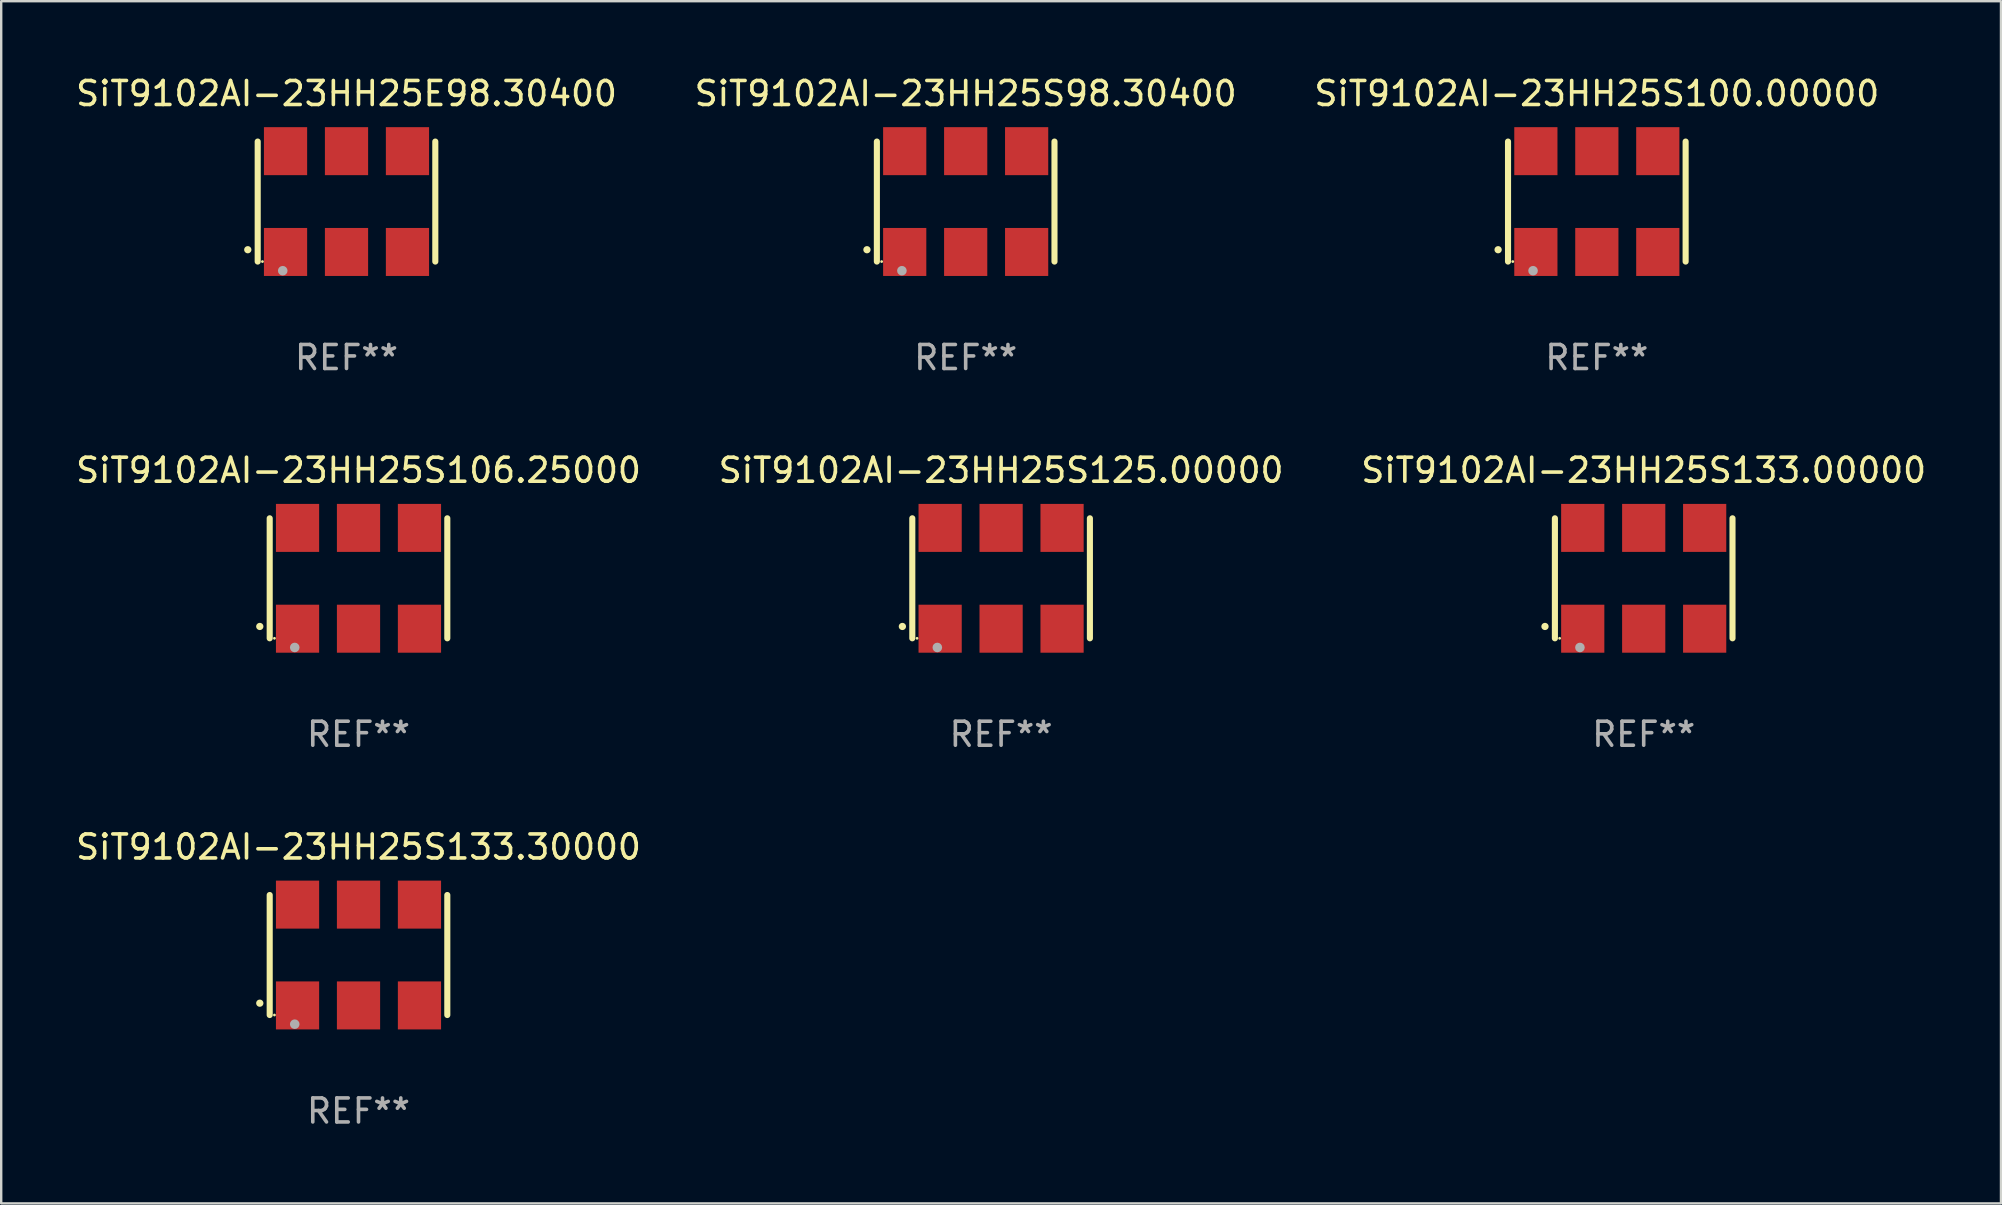
<source format=kicad_pcb>
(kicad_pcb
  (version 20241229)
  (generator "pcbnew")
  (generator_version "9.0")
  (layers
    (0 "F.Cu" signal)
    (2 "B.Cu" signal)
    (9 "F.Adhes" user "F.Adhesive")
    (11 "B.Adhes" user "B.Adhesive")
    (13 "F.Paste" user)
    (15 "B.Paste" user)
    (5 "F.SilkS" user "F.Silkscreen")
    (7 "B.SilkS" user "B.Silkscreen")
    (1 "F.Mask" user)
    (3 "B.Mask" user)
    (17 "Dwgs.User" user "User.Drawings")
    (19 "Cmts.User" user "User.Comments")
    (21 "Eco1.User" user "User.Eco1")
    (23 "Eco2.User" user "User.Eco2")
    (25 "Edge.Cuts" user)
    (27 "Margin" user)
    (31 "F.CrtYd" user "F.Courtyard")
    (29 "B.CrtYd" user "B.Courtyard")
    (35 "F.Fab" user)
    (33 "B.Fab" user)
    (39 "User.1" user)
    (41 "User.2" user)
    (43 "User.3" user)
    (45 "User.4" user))
  (footprint "SiT9102AI-23HH25S98.30400"
    (layer "F.Cu")
    (at 37.185 5.348)
    (property "Reference" "SiT9102AI-23HH25S98.30400" (at 0 -4.5 0) (layer "F.SilkS") (effects (font (size 1 1) (thickness 0.15))))
    (attr through_hole)
    (fp_line (start -3.7 -2.5) (end -3.7 2.5) (stroke (width 0.254) (type solid)) (layer "F.SilkS"))
    (fp_line (start 3.7 -2.5) (end 3.7 2.5) (stroke (width 0.254) (type solid)) (layer "F.SilkS"))
    (fp_arc (start -4.114415 2.006604) (mid -4.113145 2.006599) (end -4.111875 2.006604) (stroke (width 0.3) (type solid)) (layer "F.SilkS"))
    (fp_circle (center -3.502 2.5) (end -3.472 2.5) (stroke (width 0.06) (type solid)) (fill no) (layer "F.SilkS"))
    (fp_circle (center -2.657 2.882) (end -2.557 2.882) (stroke (width 0.2) (type solid)) (fill no) (layer "F.Fab"))
    (fp_text user "REF**" (at 0 6.5 0) (layer "F.Fab") (effects (font (size 1 1) (thickness 0.15))))
    (pad "1" smd rect (at -2.54 2.1) (size 1.8 2) (layers "F.Cu" "F.Mask" "F.Paste"))
    (pad "2" smd rect (at 0.000394 2.1) (size 1.8 2) (layers "F.Cu" "F.Mask" "F.Paste"))
    (pad "3" smd rect (at 2.54 2.1) (size 1.8 2) (layers "F.Cu" "F.Mask" "F.Paste"))
    (pad "4" smd rect (at 2.54 -2.1) (size 1.8 2) (layers "F.Cu" "F.Mask" "F.Paste"))
    (pad "5" smd rect (at 0.000394 -2.1) (size 1.8 2) (layers "F.Cu" "F.Mask" "F.Paste"))
    (pad "6" smd rect (at -2.54 -2.1) (size 1.8 2) (layers "F.Cu" "F.Mask" "F.Paste")))
  (footprint "SiT9102AI-23HH25S133.00000"
    (layer "F.Cu")
    (at 65.435 21.045)
    (property "Reference" "SiT9102AI-23HH25S133.00000" (at 0 -4.5 0) (layer "F.SilkS") (effects (font (size 1 1) (thickness 0.15))))
    (attr through_hole)
    (fp_line (start -3.7 -2.5) (end -3.7 2.5) (stroke (width 0.254) (type solid)) (layer "F.SilkS"))
    (fp_line (start 3.7 -2.5) (end 3.7 2.5) (stroke (width 0.254) (type solid)) (layer "F.SilkS"))
    (fp_arc (start -4.114415 2.006604) (mid -4.113145 2.006599) (end -4.111875 2.006604) (stroke (width 0.3) (type solid)) (layer "F.SilkS"))
    (fp_circle (center -3.502 2.5) (end -3.472 2.5) (stroke (width 0.06) (type solid)) (fill no) (layer "F.SilkS"))
    (fp_circle (center -2.657 2.882) (end -2.557 2.882) (stroke (width 0.2) (type solid)) (fill no) (layer "F.Fab"))
    (fp_text user "REF**" (at 0 6.5 0) (layer "F.Fab") (effects (font (size 1 1) (thickness 0.15))))
    (pad "1" smd rect (at -2.54 2.1) (size 1.8 2) (layers "F.Cu" "F.Mask" "F.Paste"))
    (pad "2" smd rect (at 0.000394 2.1) (size 1.8 2) (layers "F.Cu" "F.Mask" "F.Paste"))
    (pad "3" smd rect (at 2.54 2.1) (size 1.8 2) (layers "F.Cu" "F.Mask" "F.Paste"))
    (pad "4" smd rect (at 2.54 -2.1) (size 1.8 2) (layers "F.Cu" "F.Mask" "F.Paste"))
    (pad "5" smd rect (at 0.000394 -2.1) (size 1.8 2) (layers "F.Cu" "F.Mask" "F.Paste"))
    (pad "6" smd rect (at -2.54 -2.1) (size 1.8 2) (layers "F.Cu" "F.Mask" "F.Paste")))
  (footprint "SiT9102AI-23HH25S106.25000"
    (layer "F.Cu")
    (at 11.887 21.045)
    (property "Reference" "SiT9102AI-23HH25S106.25000" (at 0 -4.5 0) (layer "F.SilkS") (effects (font (size 1 1) (thickness 0.15))))
    (attr through_hole)
    (fp_line (start -3.7 -2.5) (end -3.7 2.5) (stroke (width 0.254) (type solid)) (layer "F.SilkS"))
    (fp_line (start 3.7 -2.5) (end 3.7 2.5) (stroke (width 0.254) (type solid)) (layer "F.SilkS"))
    (fp_arc (start -4.114415 2.006604) (mid -4.113145 2.006599) (end -4.111875 2.006604) (stroke (width 0.3) (type solid)) (layer "F.SilkS"))
    (fp_circle (center -3.502 2.5) (end -3.472 2.5) (stroke (width 0.06) (type solid)) (fill no) (layer "F.SilkS"))
    (fp_circle (center -2.657 2.882) (end -2.557 2.882) (stroke (width 0.2) (type solid)) (fill no) (layer "F.Fab"))
    (fp_text user "REF**" (at 0 6.5 0) (layer "F.Fab") (effects (font (size 1 1) (thickness 0.15))))
    (pad "1" smd rect (at -2.54 2.1) (size 1.8 2) (layers "F.Cu" "F.Mask" "F.Paste"))
    (pad "2" smd rect (at 0.000394 2.1) (size 1.8 2) (layers "F.Cu" "F.Mask" "F.Paste"))
    (pad "3" smd rect (at 2.54 2.1) (size 1.8 2) (layers "F.Cu" "F.Mask" "F.Paste"))
    (pad "4" smd rect (at 2.54 -2.1) (size 1.8 2) (layers "F.Cu" "F.Mask" "F.Paste"))
    (pad "5" smd rect (at 0.000394 -2.1) (size 1.8 2) (layers "F.Cu" "F.Mask" "F.Paste"))
    (pad "6" smd rect (at -2.54 -2.1) (size 1.8 2) (layers "F.Cu" "F.Mask" "F.Paste")))
  (footprint "SiT9102AI-23HH25S125.00000"
    (layer "F.Cu")
    (at 38.661 21.045)
    (property "Reference" "SiT9102AI-23HH25S125.00000" (at 0 -4.5 0) (layer "F.SilkS") (effects (font (size 1 1) (thickness 0.15))))
    (attr through_hole)
    (fp_line (start -3.7 -2.5) (end -3.7 2.5) (stroke (width 0.254) (type solid)) (layer "F.SilkS"))
    (fp_line (start 3.7 -2.5) (end 3.7 2.5) (stroke (width 0.254) (type solid)) (layer "F.SilkS"))
    (fp_arc (start -4.114415 2.006604) (mid -4.113145 2.006599) (end -4.111875 2.006604) (stroke (width 0.3) (type solid)) (layer "F.SilkS"))
    (fp_circle (center -3.502 2.5) (end -3.472 2.5) (stroke (width 0.06) (type solid)) (fill no) (layer "F.SilkS"))
    (fp_circle (center -2.657 2.882) (end -2.557 2.882) (stroke (width 0.2) (type solid)) (fill no) (layer "F.Fab"))
    (fp_text user "REF**" (at 0 6.5 0) (layer "F.Fab") (effects (font (size 1 1) (thickness 0.15))))
    (pad "1" smd rect (at -2.54 2.1) (size 1.8 2) (layers "F.Cu" "F.Mask" "F.Paste"))
    (pad "2" smd rect (at 0.000394 2.1) (size 1.8 2) (layers "F.Cu" "F.Mask" "F.Paste"))
    (pad "3" smd rect (at 2.54 2.1) (size 1.8 2) (layers "F.Cu" "F.Mask" "F.Paste"))
    (pad "4" smd rect (at 2.54 -2.1) (size 1.8 2) (layers "F.Cu" "F.Mask" "F.Paste"))
    (pad "5" smd rect (at 0.000394 -2.1) (size 1.8 2) (layers "F.Cu" "F.Mask" "F.Paste"))
    (pad "6" smd rect (at -2.54 -2.1) (size 1.8 2) (layers "F.Cu" "F.Mask" "F.Paste")))
  (footprint "SiT9102AI-23HH25S133.30000"
    (layer "F.Cu")
    (at 11.887 36.741)
    (property "Reference" "SiT9102AI-23HH25S133.30000" (at 0 -4.5 0) (layer "F.SilkS") (effects (font (size 1 1) (thickness 0.15))))
    (attr through_hole)
    (fp_line (start -3.7 -2.5) (end -3.7 2.5) (stroke (width 0.254) (type solid)) (layer "F.SilkS"))
    (fp_line (start 3.7 -2.5) (end 3.7 2.5) (stroke (width 0.254) (type solid)) (layer "F.SilkS"))
    (fp_arc (start -4.114415 2.006604) (mid -4.113145 2.006599) (end -4.111875 2.006604) (stroke (width 0.3) (type solid)) (layer "F.SilkS"))
    (fp_circle (center -3.502 2.5) (end -3.472 2.5) (stroke (width 0.06) (type solid)) (fill no) (layer "F.SilkS"))
    (fp_circle (center -2.657 2.882) (end -2.557 2.882) (stroke (width 0.2) (type solid)) (fill no) (layer "F.Fab"))
    (fp_text user "REF**" (at 0 6.5 0) (layer "F.Fab") (effects (font (size 1 1) (thickness 0.15))))
    (pad "1" smd rect (at -2.54 2.1) (size 1.8 2) (layers "F.Cu" "F.Mask" "F.Paste"))
    (pad "2" smd rect (at 0.000394 2.1) (size 1.8 2) (layers "F.Cu" "F.Mask" "F.Paste"))
    (pad "3" smd rect (at 2.54 2.1) (size 1.8 2) (layers "F.Cu" "F.Mask" "F.Paste"))
    (pad "4" smd rect (at 2.54 -2.1) (size 1.8 2) (layers "F.Cu" "F.Mask" "F.Paste"))
    (pad "5" smd rect (at 0.000394 -2.1) (size 1.8 2) (layers "F.Cu" "F.Mask" "F.Paste"))
    (pad "6" smd rect (at -2.54 -2.1) (size 1.8 2) (layers "F.Cu" "F.Mask" "F.Paste")))
  (footprint "SiT9102AI-23HH25S100.00000"
    (layer "F.Cu")
    (at 63.482 5.348)
    (property "Reference" "SiT9102AI-23HH25S100.00000" (at 0 -4.5 0) (layer "F.SilkS") (effects (font (size 1 1) (thickness 0.15))))
    (attr through_hole)
    (fp_line (start -3.7 -2.5) (end -3.7 2.5) (stroke (width 0.254) (type solid)) (layer "F.SilkS"))
    (fp_line (start 3.7 -2.5) (end 3.7 2.5) (stroke (width 0.254) (type solid)) (layer "F.SilkS"))
    (fp_arc (start -4.114415 2.006604) (mid -4.113145 2.006599) (end -4.111875 2.006604) (stroke (width 0.3) (type solid)) (layer "F.SilkS"))
    (fp_circle (center -3.502 2.5) (end -3.472 2.5) (stroke (width 0.06) (type solid)) (fill no) (layer "F.SilkS"))
    (fp_circle (center -2.657 2.882) (end -2.557 2.882) (stroke (width 0.2) (type solid)) (fill no) (layer "F.Fab"))
    (fp_text user "REF**" (at 0 6.5 0) (layer "F.Fab") (effects (font (size 1 1) (thickness 0.15))))
    (pad "1" smd rect (at -2.54 2.1) (size 1.8 2) (layers "F.Cu" "F.Mask" "F.Paste"))
    (pad "2" smd rect (at 0.000394 2.1) (size 1.8 2) (layers "F.Cu" "F.Mask" "F.Paste"))
    (pad "3" smd rect (at 2.54 2.1) (size 1.8 2) (layers "F.Cu" "F.Mask" "F.Paste"))
    (pad "4" smd rect (at 2.54 -2.1) (size 1.8 2) (layers "F.Cu" "F.Mask" "F.Paste"))
    (pad "5" smd rect (at 0.000394 -2.1) (size 1.8 2) (layers "F.Cu" "F.Mask" "F.Paste"))
    (pad "6" smd rect (at -2.54 -2.1) (size 1.8 2) (layers "F.Cu" "F.Mask" "F.Paste")))
  (footprint "SiT9102AI-23HH25E98.30400"
    (layer "F.Cu")
    (at 11.387 5.348)
    (property "Reference" "SiT9102AI-23HH25E98.30400" (at 0 -4.5 0) (layer "F.SilkS") (effects (font (size 1 1) (thickness 0.15))))
    (attr through_hole)
    (fp_line (start -3.7 -2.5) (end -3.7 2.5) (stroke (width 0.254) (type solid)) (layer "F.SilkS"))
    (fp_line (start 3.7 -2.5) (end 3.7 2.5) (stroke (width 0.254) (type solid)) (layer "F.SilkS"))
    (fp_arc (start -4.114415 2.006604) (mid -4.113145 2.006599) (end -4.111875 2.006604) (stroke (width 0.3) (type solid)) (layer "F.SilkS"))
    (fp_circle (center -3.502 2.5) (end -3.472 2.5) (stroke (width 0.06) (type solid)) (fill no) (layer "F.SilkS"))
    (fp_circle (center -2.657 2.882) (end -2.557 2.882) (stroke (width 0.2) (type solid)) (fill no) (layer "F.Fab"))
    (fp_text user "REF**" (at 0 6.5 0) (layer "F.Fab") (effects (font (size 1 1) (thickness 0.15))))
    (pad "1" smd rect (at -2.54 2.1) (size 1.8 2) (layers "F.Cu" "F.Mask" "F.Paste"))
    (pad "2" smd rect (at 0.000394 2.1) (size 1.8 2) (layers "F.Cu" "F.Mask" "F.Paste"))
    (pad "3" smd rect (at 2.54 2.1) (size 1.8 2) (layers "F.Cu" "F.Mask" "F.Paste"))
    (pad "4" smd rect (at 2.54 -2.1) (size 1.8 2) (layers "F.Cu" "F.Mask" "F.Paste"))
    (pad "5" smd rect (at 0.000394 -2.1) (size 1.8 2) (layers "F.Cu" "F.Mask" "F.Paste"))
    (pad "6" smd rect (at -2.54 -2.1) (size 1.8 2) (layers "F.Cu" "F.Mask" "F.Paste")))
  (gr_rect
    (start -3 -3)
    (end 80.321 47.09)
    (stroke (width 0.1) (type default))
    (fill no)
    (layer "Edge.Cuts")))
</source>
